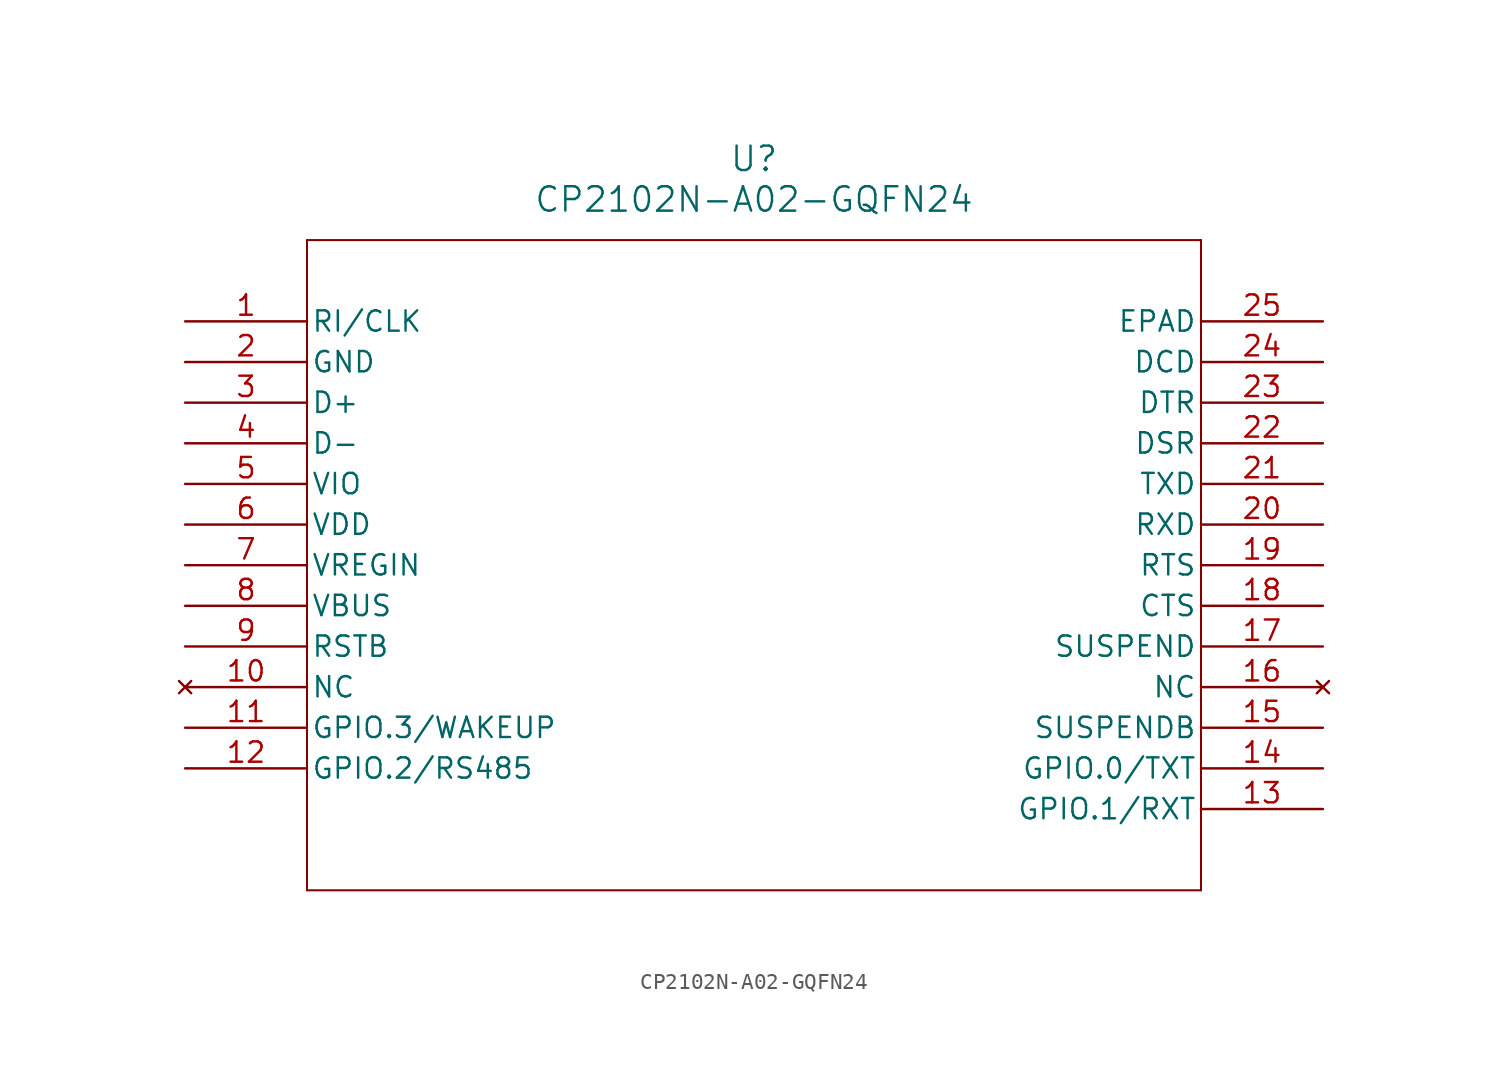
<source format=kicad_sym>
(kicad_symbol_lib
  (version 20211014)
  (generator kicad_symbol_editor)
  (symbol "CP2102N-A02-GQFN24"
    (pin_names
      (offset 0.254))
    (property "Reference" "U"
      (at 35.56 10.16 0)
      (effects (font (size 1.524 1.524))))
    (property "Value" "CP2102N-A02-GQFN24"
      (at 35.56 7.62 0)
      (effects (font (size 1.524 1.524))))
    (symbol "CP2102N-A02-GQFN24_0_1"
      (polyline (pts (xy 7.62 5.08) (xy 7.62 -35.56)) (stroke (width 0.127) (type default) (color 0 0 0 0)) (fill (type none)))
      (polyline (pts (xy 7.62 -35.56) (xy 63.5 -35.56)) (stroke (width 0.127) (type default) (color 0 0 0 0)) (fill (type none)))
      (polyline (pts (xy 63.5 -35.56) (xy 63.5 5.08)) (stroke (width 0.127) (type default) (color 0 0 0 0)) (fill (type none)))
      (polyline (pts (xy 63.5 5.08) (xy 7.62 5.08)) (stroke (width 0.127) (type default) (color 0 0 0 0)) (fill (type none)))
      (pin bidirectional line (at 0 0 0) (length 7.62) (name "RI/CLK" (effects (font (size 1.27 1.27)))) (number "1" (effects (font (size 1.27 1.27)))))
      (pin power_out line (at 0 -2.54 0) (length 7.62) (name "GND" (effects (font (size 1.27 1.27)))) (number "2" (effects (font (size 1.27 1.27)))))
      (pin bidirectional line (at 0 -5.08 0) (length 7.62) (name "D+" (effects (font (size 1.27 1.27)))) (number "3" (effects (font (size 1.27 1.27)))))
      (pin bidirectional line (at 0 -7.62 0) (length 7.62) (name "D-" (effects (font (size 1.27 1.27)))) (number "4" (effects (font (size 1.27 1.27)))))
      (pin power_in line (at 0 -10.16 0) (length 7.62) (name "VIO" (effects (font (size 1.27 1.27)))) (number "5" (effects (font (size 1.27 1.27)))))
      (pin power_in line (at 0 -12.7 0) (length 7.62) (name "VDD" (effects (font (size 1.27 1.27)))) (number "6" (effects (font (size 1.27 1.27)))))
      (pin input line (at 0 -15.24 0) (length 7.62) (name "VREGIN" (effects (font (size 1.27 1.27)))) (number "7" (effects (font (size 1.27 1.27)))))
      (pin bidirectional line (at 0 -17.78 0) (length 7.62) (name "VBUS" (effects (font (size 1.27 1.27)))) (number "8" (effects (font (size 1.27 1.27)))))
      (pin unspecified line (at 0 -20.32 0) (length 7.62) (name "RSTB" (effects (font (size 1.27 1.27)))) (number "9" (effects (font (size 1.27 1.27)))))
      (pin no_connect line (at 0 -22.86 0) (length 7.62) (name "NC" (effects (font (size 1.27 1.27)))) (number "10" (effects (font (size 1.27 1.27)))))
      (pin bidirectional line (at 0 -25.4 0) (length 7.62) (name "GPIO.3/WAKEUP" (effects (font (size 1.27 1.27)))) (number "11" (effects (font (size 1.27 1.27)))))
      (pin bidirectional line (at 0 -27.94 0) (length 7.62) (name "GPIO.2/RS485" (effects (font (size 1.27 1.27)))) (number "12" (effects (font (size 1.27 1.27)))))
      (pin bidirectional line (at 71.12 -30.48 180) (length 7.62) (name "GPIO.1/RXT" (effects (font (size 1.27 1.27)))) (number "13" (effects (font (size 1.27 1.27)))))
      (pin bidirectional line (at 71.12 -27.94 180) (length 7.62) (name "GPIO.0/TXT" (effects (font (size 1.27 1.27)))) (number "14" (effects (font (size 1.27 1.27)))))
      (pin output line (at 71.12 -25.4 180) (length 7.62) (name "SUSPENDB" (effects (font (size 1.27 1.27)))) (number "15" (effects (font (size 1.27 1.27)))))
      (pin no_connect line (at 71.12 -22.86 180) (length 7.62) (name "NC" (effects (font (size 1.27 1.27)))) (number "16" (effects (font (size 1.27 1.27)))))
      (pin output line (at 71.12 -20.32 180) (length 7.62) (name "SUSPEND" (effects (font (size 1.27 1.27)))) (number "17" (effects (font (size 1.27 1.27)))))
      (pin input line (at 71.12 -17.78 180) (length 7.62) (name "CTS" (effects (font (size 1.27 1.27)))) (number "18" (effects (font (size 1.27 1.27)))))
      (pin output line (at 71.12 -15.24 180) (length 7.62) (name "RTS" (effects (font (size 1.27 1.27)))) (number "19" (effects (font (size 1.27 1.27)))))
      (pin input line (at 71.12 -12.7 180) (length 7.62) (name "RXD" (effects (font (size 1.27 1.27)))) (number "20" (effects (font (size 1.27 1.27)))))
      (pin output line (at 71.12 -10.16 180) (length 7.62) (name "TXD" (effects (font (size 1.27 1.27)))) (number "21" (effects (font (size 1.27 1.27)))))
      (pin input line (at 71.12 -7.62 180) (length 7.62) (name "DSR" (effects (font (size 1.27 1.27)))) (number "22" (effects (font (size 1.27 1.27)))))
      (pin output line (at 71.12 -5.08 180) (length 7.62) (name "DTR" (effects (font (size 1.27 1.27)))) (number "23" (effects (font (size 1.27 1.27)))))
      (pin input line (at 71.12 -2.54 180) (length 7.62) (name "DCD" (effects (font (size 1.27 1.27)))) (number "24" (effects (font (size 1.27 1.27)))))
      (pin power_out line (at 71.12 0 180) (length 7.62) (name "EPAD" (effects (font (size 1.27 1.27)))) (number "25" (effects (font (size 1.27 1.27))))))))
</source>
